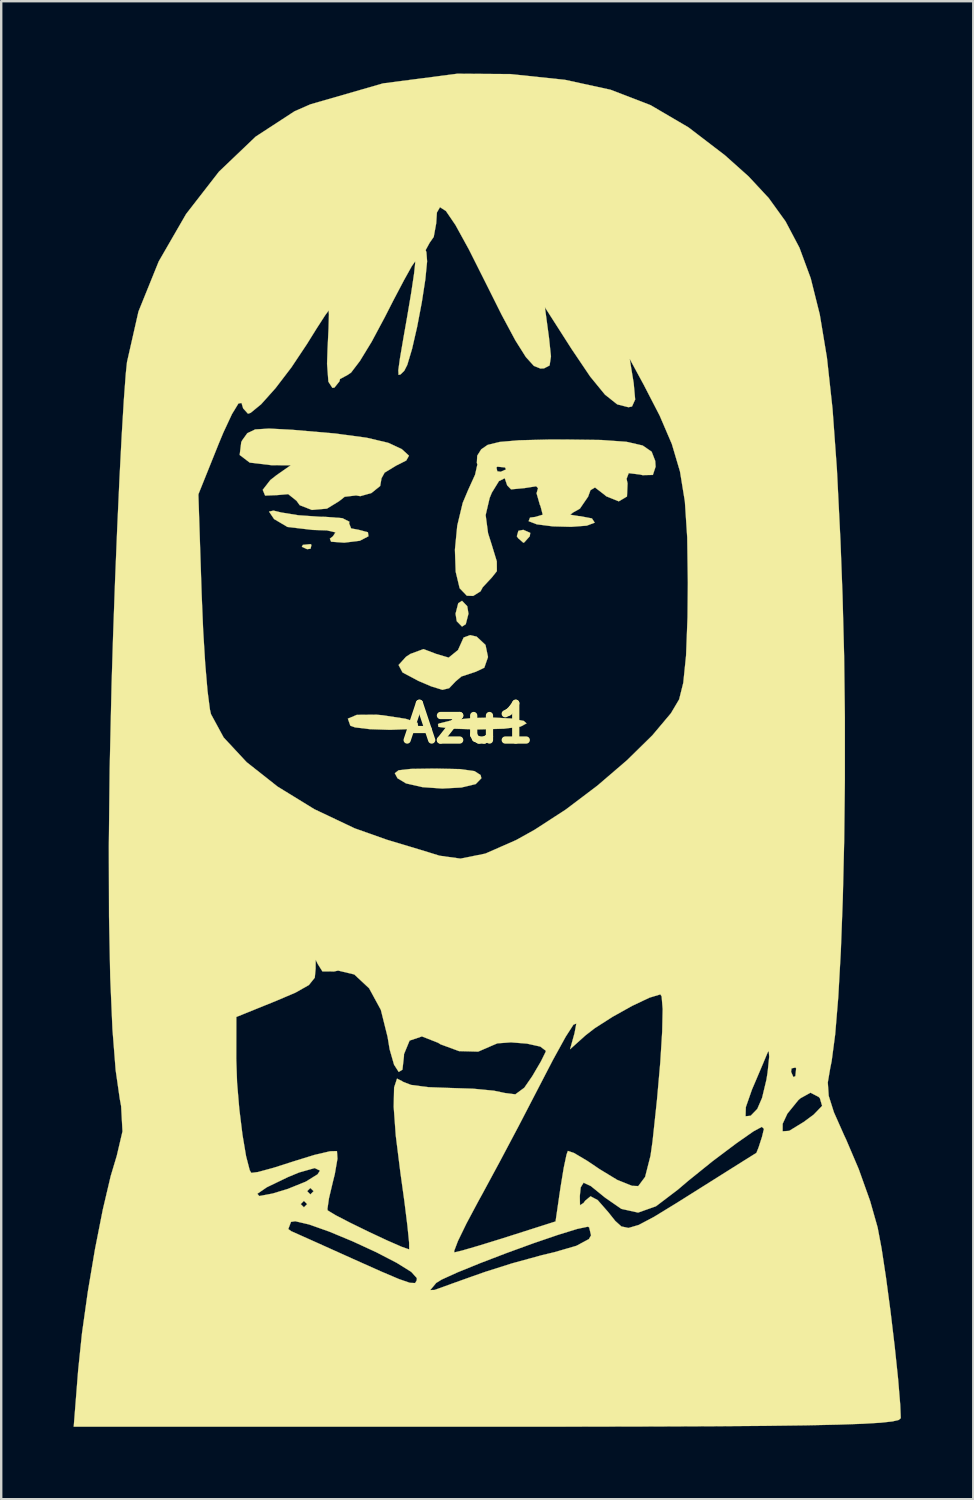
<source format=kicad_pcb>
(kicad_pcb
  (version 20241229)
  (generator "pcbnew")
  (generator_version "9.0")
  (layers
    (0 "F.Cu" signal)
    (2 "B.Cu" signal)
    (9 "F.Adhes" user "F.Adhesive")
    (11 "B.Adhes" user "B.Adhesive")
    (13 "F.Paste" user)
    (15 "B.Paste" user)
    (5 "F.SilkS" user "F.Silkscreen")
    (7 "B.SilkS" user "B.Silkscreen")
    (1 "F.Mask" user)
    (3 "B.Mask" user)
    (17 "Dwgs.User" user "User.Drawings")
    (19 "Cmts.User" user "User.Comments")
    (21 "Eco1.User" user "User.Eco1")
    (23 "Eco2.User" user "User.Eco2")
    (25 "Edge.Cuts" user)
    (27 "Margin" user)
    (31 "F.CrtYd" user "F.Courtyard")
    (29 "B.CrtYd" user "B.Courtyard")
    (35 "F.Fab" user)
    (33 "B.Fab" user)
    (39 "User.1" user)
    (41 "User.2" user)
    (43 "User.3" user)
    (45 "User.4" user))
  (footprint "Azu1"
    (layer "F.Cu")
    (at 16.362 26.926)
    (property "Reference" "Azu1" (at 0 0 0) (layer "F.SilkS") (effects (font (size 1.524 1.524) (thickness 0.3))))
    (attr through_hole)
    (fp_poly (pts (xy -6.506 -7.397) (xy -6.543 -7.238) (xy -6.684 -7.219) (xy -6.904 -7.317) (xy -6.862 -7.397) (xy -6.545 -7.429) (xy -6.506 -7.397)) (stroke (width 0.01) (type solid)) (fill yes) (layer "F.SilkS"))
    (fp_poly (pts (xy -0.05 -4.856) (xy 0 -4.545) (xy -0.112 -4.111) (xy -0.267 -4.011) (xy -0.485 -4.234) (xy -0.535 -4.545) (xy -0.423 -4.98) (xy -0.267 -5.08) (xy -0.05 -4.856)) (stroke (width 0.01) (type solid)) (fill yes) (layer "F.SilkS"))
    (fp_poly (pts (xy 2.561 -7.895) (xy 2.54 -7.754) (xy 2.311 -7.499) (xy 2.273 -7.486) (xy 2.06 -7.673) (xy 2.005 -7.754) (xy 2.069 -7.98) (xy 2.273 -8.021) (xy 2.561 -7.895)) (stroke (width 0.01) (type solid)) (fill yes) (layer "F.SilkS"))
    (fp_poly (pts (xy -3.547 -0.336) (xy -2.597 -0.19) (xy -2.104 -0.022) (xy -2.087 0.133) (xy -2.563 0.24) (xy -3.244 0.267) (xy -4.09 0.239) (xy -4.701 0.165) (xy -4.894 0.096) (xy -4.998 -0.197) (xy -4.625 -0.354) (xy -3.82 -0.361) (xy -3.547 -0.336)) (stroke (width 0.01) (type solid)) (fill yes) (layer "F.SilkS"))
    (fp_poly (pts (xy 1.786 -0.202) (xy 2.292 -0.102) (xy 2.406 0) (xy 2.156 0.133) (xy 1.472 0.22) (xy 0.454 0.249) (xy 0.334 0.249) (xy -0.718 0.217) (xy -1.246 0.144) (xy -1.262 0.029) (xy -1.203 0) (xy -0.636 -0.141) (xy 0.159 -0.222) (xy 1.02 -0.242) (xy 1.786 -0.202)) (stroke (width 0.01) (type solid)) (fill yes) (layer "F.SilkS"))
    (fp_poly (pts (xy -0.343 1.894) (xy 0.249 1.977) (xy 0.503 2.14) (xy 0.535 2.273) (xy 0.3 2.515) (xy -0.296 2.657) (xy -1.086 2.699) (xy -1.905 2.642) (xy -2.589 2.486) (xy -2.941 2.273) (xy -3.052 2.064) (xy -2.896 1.943) (xy -2.386 1.886) (xy -1.434 1.872) (xy -1.37 1.872) (xy -0.343 1.894)) (stroke (width 0.01) (type solid)) (fill yes) (layer "F.SilkS"))
    (fp_poly (pts (xy 0.339 -3.596) (xy 0.706 -3.252) (xy 0.81 -2.75) (xy 0.656 -2.307) (xy 0.3 -2.139) (xy -0.291 -1.945) (xy -0.535 -1.738) (xy -0.8 -1.459) (xy -1.078 -1.391) (xy -1.545 -1.535) (xy -2.072 -1.76) (xy -2.733 -2.113) (xy -2.896 -2.42) (xy -2.587 -2.76) (xy -2.406 -2.879) (xy -1.863 -3.079) (xy -1.329 -2.876) (xy -0.82 -2.726) (xy -0.434 -3.039) (xy -0.2 -3.558) (xy 0.071 -3.658) (xy 0.339 -3.596)) (stroke (width 0.01) (type solid)) (fill yes) (layer "F.SilkS"))
    (fp_poly (pts (xy -7.754 -8.739) (xy -7.052 -8.625) (xy -6.152 -8.563) (xy -5.933 -8.559) (xy -5.223 -8.504) (xy -4.933 -8.357) (xy -4.946 -8.288) (xy -4.862 -8.08) (xy -4.545 -8.021) (xy -4.166 -7.921) (xy -4.144 -7.754) (xy -4.502 -7.568) (xy -5.139 -7.49) (xy -5.163 -7.49) (xy -5.693 -7.529) (xy -5.743 -7.655) (xy -5.615 -7.754) (xy -5.511 -7.915) (xy -5.865 -7.998) (xy -6.451 -8.017) (xy -7.5 -8.14) (xy -8.055 -8.468) (xy -8.264 -8.777) (xy -8.078 -8.817) (xy -7.754 -8.739)) (stroke (width 0.01) (type solid)) (fill yes) (layer "F.SilkS"))
    (fp_poly (pts (xy -7.295 -12.166) (xy -7.278 -12.164) (xy -5.513 -12.012) (xy -4.217 -11.837) (xy -3.326 -11.627) (xy -2.775 -11.372) (xy -2.755 -11.358) (xy -2.465 -11.093) (xy -2.577 -10.894) (xy -3.002 -10.679) (xy -3.475 -10.39) (xy -3.605 -10.154) (xy -3.604 -10.151) (xy -3.658 -9.838) (xy -4.022 -9.546) (xy -4.482 -9.416) (xy -4.656 -9.446) (xy -5.129 -9.391) (xy -5.361 -9.208) (xy -5.863 -8.9) (xy -6.488 -8.845) (xy -6.993 -9.042) (xy -7.122 -9.222) (xy -7.469 -9.5) (xy -7.915 -9.461) (xy -8.426 -9.44) (xy -8.525 -9.678) (xy -8.208 -10.086) (xy -7.962 -10.279) (xy -7.367 -10.695) (xy -8.162 -10.699) (xy -9.065 -10.807) (xy -9.48 -11.123) (xy -9.415 -11.654) (xy -9.378 -11.727) (xy -9.163 -12.027) (xy -8.838 -12.181) (xy -8.261 -12.217) (xy -7.295 -12.166)) (stroke (width 0.01) (type solid)) (fill yes) (layer "F.SilkS"))
    (fp_poly (pts (xy 5.497 -11.744) (xy 6.547 -11.669) (xy 7.219 -11.515) (xy 7.591 -11.259) (xy 7.739 -10.878) (xy 7.754 -10.636) (xy 7.642 -10.296) (xy 7.216 -10.287) (xy 7.104 -10.313) (xy 6.641 -10.37) (xy 6.552 -10.136) (xy 6.592 -9.947) (xy 6.569 -9.402) (xy 6.229 -9.201) (xy 5.71 -9.411) (xy 5.622 -9.485) (xy 5.244 -9.776) (xy 5.056 -9.664) (xy 4.958 -9.395) (xy 4.619 -8.9) (xy 4.332 -8.738) (xy 4.217 -8.647) (xy 4.578 -8.589) (xy 4.628 -8.587) (xy 5.117 -8.494) (xy 5.232 -8.318) (xy 4.902 -8.194) (xy 4.253 -8.145) (xy 3.493 -8.165) (xy 2.833 -8.249) (xy 2.493 -8.38) (xy 2.551 -8.527) (xy 2.772 -8.556) (xy 3.078 -8.648) (xy 2.984 -9.009) (xy 2.96 -9.055) (xy 2.822 -9.536) (xy 2.883 -9.746) (xy 2.805 -9.826) (xy 2.352 -9.755) (xy 2.339 -9.752) (xy 1.765 -9.698) (xy 1.604 -9.864) (xy 1.504 -10.161) (xy 1.263 -10.039) (xy 0.969 -9.562) (xy 0.878 -9.342) (xy 0.712 -8.632) (xy 0.812 -7.881) (xy 0.954 -7.434) (xy 1.174 -6.715) (xy 1.177 -6.309) (xy 0.968 -6.046) (xy 0.591 -5.641) (xy 0.499 -5.471) (xy 0.196 -5.282) (xy -0.067 -5.291) (xy -0.365 -5.6) (xy -0.529 -6.284) (xy -0.561 -7.197) (xy -0.464 -8.196) (xy -0.238 -9.138) (xy -0.015 -9.667) (xy 0.274 -10.304) (xy 0.342 -10.606) (xy 1.159 -10.606) (xy 1.195 -10.447) (xy 1.337 -10.427) (xy 1.557 -10.525) (xy 1.515 -10.606) (xy 1.198 -10.638) (xy 1.159 -10.606) (xy 0.342 -10.606) (xy 0.37 -10.729) (xy 0.348 -10.793) (xy 0.364 -11.094) (xy 0.529 -11.357) (xy 0.795 -11.54) (xy 1.288 -11.662) (xy 2.098 -11.732) (xy 3.314 -11.762) (xy 3.99 -11.764) (xy 5.497 -11.744)) (stroke (width 0.01) (type solid)) (fill yes) (layer "F.SilkS"))
    (fp_poly (pts (xy 1.738 -26.906) (xy 4.001 -26.668) (xy 5.889 -26.257) (xy 7.546 -25.619) (xy 9.118 -24.697) (xy 10.629 -23.54) (xy 11.611 -22.662) (xy 12.443 -21.767) (xy 13.14 -20.801) (xy 13.715 -19.711) (xy 14.183 -18.443) (xy 14.558 -16.943) (xy 14.854 -15.159) (xy 15.086 -13.037) (xy 15.268 -10.524) (xy 15.415 -7.565) (xy 15.501 -5.293) (xy 15.566 -2.819) (xy 15.598 -0.254) (xy 15.598 2.33) (xy 15.569 4.855) (xy 15.512 7.249) (xy 15.43 9.435) (xy 15.324 11.339) (xy 15.196 12.885) (xy 15.049 14) (xy 14.991 14.283) (xy 14.89 14.878) (xy 14.928 15.435) (xy 15.143 16.114) (xy 15.571 17.078) (xy 15.655 17.256) (xy 16.172 18.47) (xy 16.642 19.785) (xy 16.955 20.887) (xy 17.117 21.747) (xy 17.301 22.958) (xy 17.489 24.366) (xy 17.662 25.818) (xy 17.803 27.163) (xy 17.892 28.245) (xy 17.914 28.789) (xy 17.833 28.862) (xy 17.567 28.925) (xy 17.083 28.978) (xy 16.344 29.022) (xy 15.316 29.058) (xy 13.965 29.087) (xy 12.257 29.109) (xy 10.155 29.125) (xy 7.626 29.135) (xy 4.635 29.141) (xy 1.148 29.143) (xy 0.778 29.143) (xy -16.357 29.143) (xy -16.173 26.804) (xy -16.014 25.268) (xy -15.772 23.547) (xy -15.761 23.482) (xy -1.585 23.482) (xy -1.404 23.477) (xy -1.203 23.405) (xy -0.648 23.204) (xy 0.181 22.908) (xy 0.696 22.727) (xy 1.796 22.378) (xy 3.032 22.039) (xy 3.57 21.91) (xy 4.472 21.648) (xy 4.991 21.369) (xy 5.08 21.213) (xy 5.002 20.885) (xy 4.95 20.855) (xy 4.51 20.947) (xy 3.716 21.192) (xy 2.694 21.541) (xy 1.573 21.949) (xy 0.48 22.368) (xy -0.457 22.749) (xy -1.11 23.046) (xy -1.337 23.186) (xy -1.585 23.482) (xy -15.761 23.482) (xy -15.476 21.789) (xy -15.311 20.953) (xy -7.466 20.953) (xy -7.353 21.038) (xy -7.004 21.194) (xy -6.291 21.513) (xy -5.34 21.941) (xy -4.813 22.178) (xy -3.644 22.701) (xy -2.877 23.027) (xy -2.428 23.182) (xy -2.211 23.191) (xy -2.144 23.079) (xy -2.139 22.984) (xy -2.369 22.729) (xy -2.973 22.353) (xy -3.825 21.911) (xy -3.932 21.862) (xy -0.593 21.862) (xy -0.584 21.921) (xy -0.259 21.843) (xy 0.438 21.64) (xy 1.371 21.352) (xy 1.604 21.278) (xy 3.609 20.638) (xy 3.763 19.581) (xy 4.614 19.581) (xy 4.621 19.968) (xy 4.772 19.871) (xy 4.834 19.782) (xy 5.059 19.596) (xy 5.356 19.754) (xy 5.788 20.247) (xy 6.083 20.617) (xy 6.336 20.845) (xy 6.632 20.908) (xy 7.054 20.784) (xy 7.689 20.448) (xy 8.621 19.878) (xy 9.759 19.162) (xy 10.685 18.579) (xy 11.416 18.119) (xy 11.853 17.846) (xy 11.932 17.797) (xy 12.025 17.563) (xy 12.162 17.14) (xy 12.22 16.903) (xy 13.018 16.903) (xy 13.291 16.884) (xy 13.886 16.52) (xy 14.304 16.213) (xy 14.655 15.849) (xy 14.563 15.534) (xy 14.511 15.478) (xy 14.174 15.303) (xy 13.759 15.532) (xy 13.669 15.611) (xy 13.215 16.171) (xy 13.02 16.59) (xy 13.018 16.903) (xy 12.22 16.903) (xy 12.245 16.803) (xy 12.155 16.718) (xy 11.807 16.907) (xy 11.116 17.39) (xy 11.091 17.408) (xy 10.116 18.141) (xy 9.095 18.964) (xy 8.681 19.317) (xy 7.77 20.009) (xy 7.03 20.271) (xy 6.335 20.117) (xy 5.663 19.652) (xy 5.07 19.171) (xy 4.77 19.032) (xy 4.651 19.227) (xy 4.614 19.581) (xy 3.763 19.581) (xy 3.815 19.227) (xy 3.947 18.42) (xy 4.065 17.864) (xy 4.12 17.715) (xy 4.373 17.801) (xy 4.921 18.126) (xy 5.431 18.47) (xy 6.168 18.918) (xy 6.779 19.162) (xy 7.036 19.173) (xy 7.32 18.793) (xy 7.544 17.915) (xy 7.627 17.331) (xy 7.74 16.28) (xy 11.482 16.28) (xy 11.695 16.258) (xy 11.969 15.975) (xy 12.167 15.518) (xy 12.348 14.763) (xy 12.399 14.438) (xy 13.368 14.438) (xy 13.466 14.658) (xy 13.547 14.616) (xy 13.579 14.299) (xy 13.547 14.26) (xy 13.388 14.296) (xy 13.368 14.438) (xy 12.399 14.438) (xy 12.462 13.818) (xy 12.444 13.572) (xy 12.398 13.636) (xy 12.197 14.118) (xy 11.883 14.858) (xy 11.748 15.173) (xy 11.494 15.9) (xy 11.482 16.28) (xy 7.74 16.28) (xy 7.813 15.592) (xy 7.949 14.047) (xy 8.028 12.77) (xy 8.048 11.834) (xy 8.005 11.313) (xy 7.951 11.229) (xy 7.5 11.365) (xy 6.781 11.706) (xy 5.968 12.16) (xy 5.234 12.63) (xy 4.846 12.931) (xy 4.211 13.502) (xy 4.396 12.834) (xy 4.47 12.438) (xy 4.351 12.484) (xy 4.03 12.982) (xy 3.501 13.943) (xy 2.787 15.32) (xy 2.087 16.67) (xy 1.3 18.156) (xy 0.571 19.506) (xy 0.41 19.798) (xy -0.085 20.726) (xy -0.436 21.448) (xy -0.593 21.862) (xy -3.932 21.862) (xy -4.799 21.462) (xy -5.766 21.06) (xy -6.601 20.764) (xy -7.177 20.629) (xy -7.353 20.656) (xy -7.466 20.953) (xy -15.311 20.953) (xy -15.151 20.144) (xy -15.098 19.919) (xy -6.952 19.919) (xy -6.818 20.053) (xy -6.684 19.919) (xy -6.818 19.785) (xy -6.952 19.919) (xy -15.098 19.919) (xy -14.997 19.491) (xy -8.748 19.491) (xy -8.668 19.586) (xy -8.113 19.481) (xy -7.793 19.384) (xy -6.684 19.384) (xy -6.551 19.518) (xy -6.417 19.384) (xy -6.551 19.251) (xy -6.684 19.384) (xy -7.793 19.384) (xy -7.489 19.292) (xy -6.738 18.988) (xy -6.253 18.686) (xy -6.152 18.532) (xy -6.371 18.426) (xy -7.022 18.61) (xy -7.48 18.8) (xy -8.352 19.22) (xy -8.748 19.491) (xy -14.997 19.491) (xy -14.825 18.759) (xy -14.574 17.921) (xy -14.336 16.907) (xy -14.393 15.856) (xy -14.447 15.567) (xy -14.62 14.363) (xy -14.653 13.934) (xy -9.622 13.934) (xy -9.588 14.895) (xy -9.496 15.981) (xy -9.365 17.043) (xy -9.215 17.935) (xy -9.066 18.509) (xy -9.001 18.627) (xy -8.725 18.591) (xy -8.085 18.417) (xy -7.25 18.15) (xy -6.383 17.882) (xy -5.733 17.73) (xy -5.449 17.723) (xy -5.429 18.041) (xy -5.539 18.679) (xy -5.615 18.983) (xy -5.781 19.681) (xy -5.844 20.119) (xy -5.833 20.181) (xy -5.512 20.376) (xy -4.894 20.696) (xy -4.13 21.069) (xy -3.37 21.425) (xy -2.764 21.69) (xy -2.465 21.794) (xy -2.456 21.791) (xy -2.459 21.511) (xy -2.53 20.81) (xy -2.656 19.794) (xy -2.82 18.613) (xy -3.012 17.078) (xy -3.098 15.888) (xy -3.081 15.087) (xy -2.96 14.719) (xy -2.737 14.831) (xy -2.726 14.846) (xy -2.381 14.98) (xy -1.662 15.074) (xy -0.802 15.106) (xy 0.2 15.138) (xy 1.054 15.22) (xy 1.51 15.316) (xy 1.943 15.371) (xy 2.314 15.097) (xy 2.646 14.616) (xy 3.002 14.009) (xy 3.196 13.616) (xy 3.208 13.567) (xy 2.977 13.392) (xy 2.423 13.269) (xy 1.76 13.217) (xy 1.198 13.258) (xy 0.981 13.35) (xy 0.403 13.601) (xy -0.39 13.58) (xy -1.158 13.298) (xy -1.256 13.235) (xy -1.928 12.971) (xy -2.44 13.144) (xy -2.671 13.705) (xy -2.674 13.798) (xy -2.736 14.349) (xy -2.889 14.444) (xy -3.083 14.143) (xy -3.266 13.506) (xy -3.351 12.991) (xy -3.63 11.872) (xy -4.116 10.978) (xy -4.732 10.403) (xy -5.4 10.243) (xy -5.568 10.279) (xy -6.052 10.276) (xy -6.244 9.971) (xy -6.331 9.796) (xy -6.334 10.132) (xy -6.333 10.153) (xy -6.368 10.537) (xy -6.613 10.842) (xy -7.171 11.158) (xy -7.951 11.49) (xy -9.619 12.165) (xy -9.622 13.934) (xy -14.653 13.934) (xy -14.752 12.67) (xy -14.844 10.531) (xy -14.894 7.99) (xy -14.902 5.092) (xy -14.867 1.881) (xy -14.788 -1.601) (xy -14.726 -3.609) (xy -14.644 -5.895) (xy -14.554 -8.098) (xy -14.49 -9.492) (xy -11.192 -9.492) (xy -11.056 -5.347) (xy -10.993 -3.845) (xy -10.909 -2.473) (xy -10.813 -1.348) (xy -10.715 -0.585) (xy -10.67 -0.384) (xy -10.145 0.583) (xy -9.193 1.606) (xy -7.908 2.62) (xy -6.385 3.556) (xy -4.716 4.348) (xy -3.38 4.821) (xy -2.417 5.11) (xy -1.649 5.343) (xy -1.224 5.475) (xy -1.203 5.482) (xy -0.331 5.603) (xy 0.7 5.395) (xy 1.976 4.834) (xy 2.739 4.409) (xy 4.032 3.57) (xy 5.344 2.578) (xy 6.574 1.522) (xy 7.622 0.493) (xy 8.39 -0.42) (xy 8.73 -0.994) (xy 8.902 -1.682) (xy 9.017 -2.808) (xy 9.078 -4.408) (xy 9.091 -5.823) (xy 9.065 -7.703) (xy 8.968 -9.194) (xy 8.766 -10.437) (xy 8.429 -11.575) (xy 7.924 -12.753) (xy 7.261 -14.037) (xy 6.681 -15.106) (xy 6.846 -14.104) (xy 6.908 -13.42) (xy 6.777 -13.132) (xy 6.631 -13.101) (xy 6.165 -13.22) (xy 5.659 -13.621) (xy 5.046 -14.37) (xy 4.279 -15.507) (xy 3.167 -17.245) (xy 3.338 -15.975) (xy 3.418 -15.209) (xy 3.362 -14.833) (xy 3.133 -14.712) (xy 2.982 -14.705) (xy 2.711 -14.814) (xy 2.378 -15.182) (xy 1.945 -15.869) (xy 1.373 -16.936) (xy 0.763 -18.157) (xy 0.019 -19.638) (xy -0.539 -20.653) (xy -0.931 -21.229) (xy -1.18 -21.392) (xy -1.308 -21.17) (xy -1.337 -20.721) (xy -1.439 -20.16) (xy -1.609 -19.916) (xy -1.774 -19.613) (xy -1.743 -19.527) (xy -1.714 -19.146) (xy -1.787 -18.401) (xy -1.934 -17.446) (xy -2.127 -16.433) (xy -2.337 -15.518) (xy -2.536 -14.853) (xy -2.659 -14.613) (xy -2.812 -14.462) (xy -2.896 -14.44) (xy -2.907 -14.631) (xy -2.839 -15.122) (xy -2.69 -15.997) (xy -2.544 -16.826) (xy -2.371 -17.85) (xy -2.252 -18.647) (xy -2.205 -19.092) (xy -2.21 -19.143) (xy -2.348 -18.948) (xy -2.669 -18.371) (xy -3.121 -17.512) (xy -3.473 -16.822) (xy -4.012 -15.814) (xy -4.498 -15.018) (xy -4.866 -14.535) (xy -5.01 -14.438) (xy -5.323 -14.27) (xy -5.347 -14.171) (xy -5.554 -13.915) (xy -5.638 -13.903) (xy -5.804 -14.159) (xy -5.859 -14.9) (xy -5.839 -15.508) (xy -5.798 -16.353) (xy -5.782 -16.935) (xy -5.792 -17.112) (xy -5.943 -16.904) (xy -6.292 -16.363) (xy -6.697 -15.713) (xy -7.336 -14.754) (xy -7.997 -13.889) (xy -8.592 -13.224) (xy -9.029 -12.867) (xy -9.137 -12.834) (xy -9.336 -13.054) (xy -9.405 -13.279) (xy -9.532 -13.256) (xy -9.8 -12.817) (xy -10.159 -12.047) (xy -10.342 -11.608) (xy -11.192 -9.492) (xy -14.49 -9.492) (xy -14.461 -10.138) (xy -14.368 -11.936) (xy -14.279 -13.414) (xy -14.199 -14.493) (xy -14.149 -14.973) (xy -13.674 -17.067) (xy -12.834 -19.144) (xy -11.7 -21.108) (xy -10.338 -22.863) (xy -8.818 -24.314) (xy -7.206 -25.365) (xy -6.551 -25.652) (xy -3.538 -26.521) (xy -0.461 -26.921) (xy 1.738 -26.906)) (stroke (width 0.01) (type solid)) (fill yes) (layer "F.SilkS")))
  (gr_rect
    (start -3 -3)
    (end 37.281 59.074)
    (stroke (width 0.1) (type default))
    (fill no)
    (layer "Edge.Cuts")))
</source>
